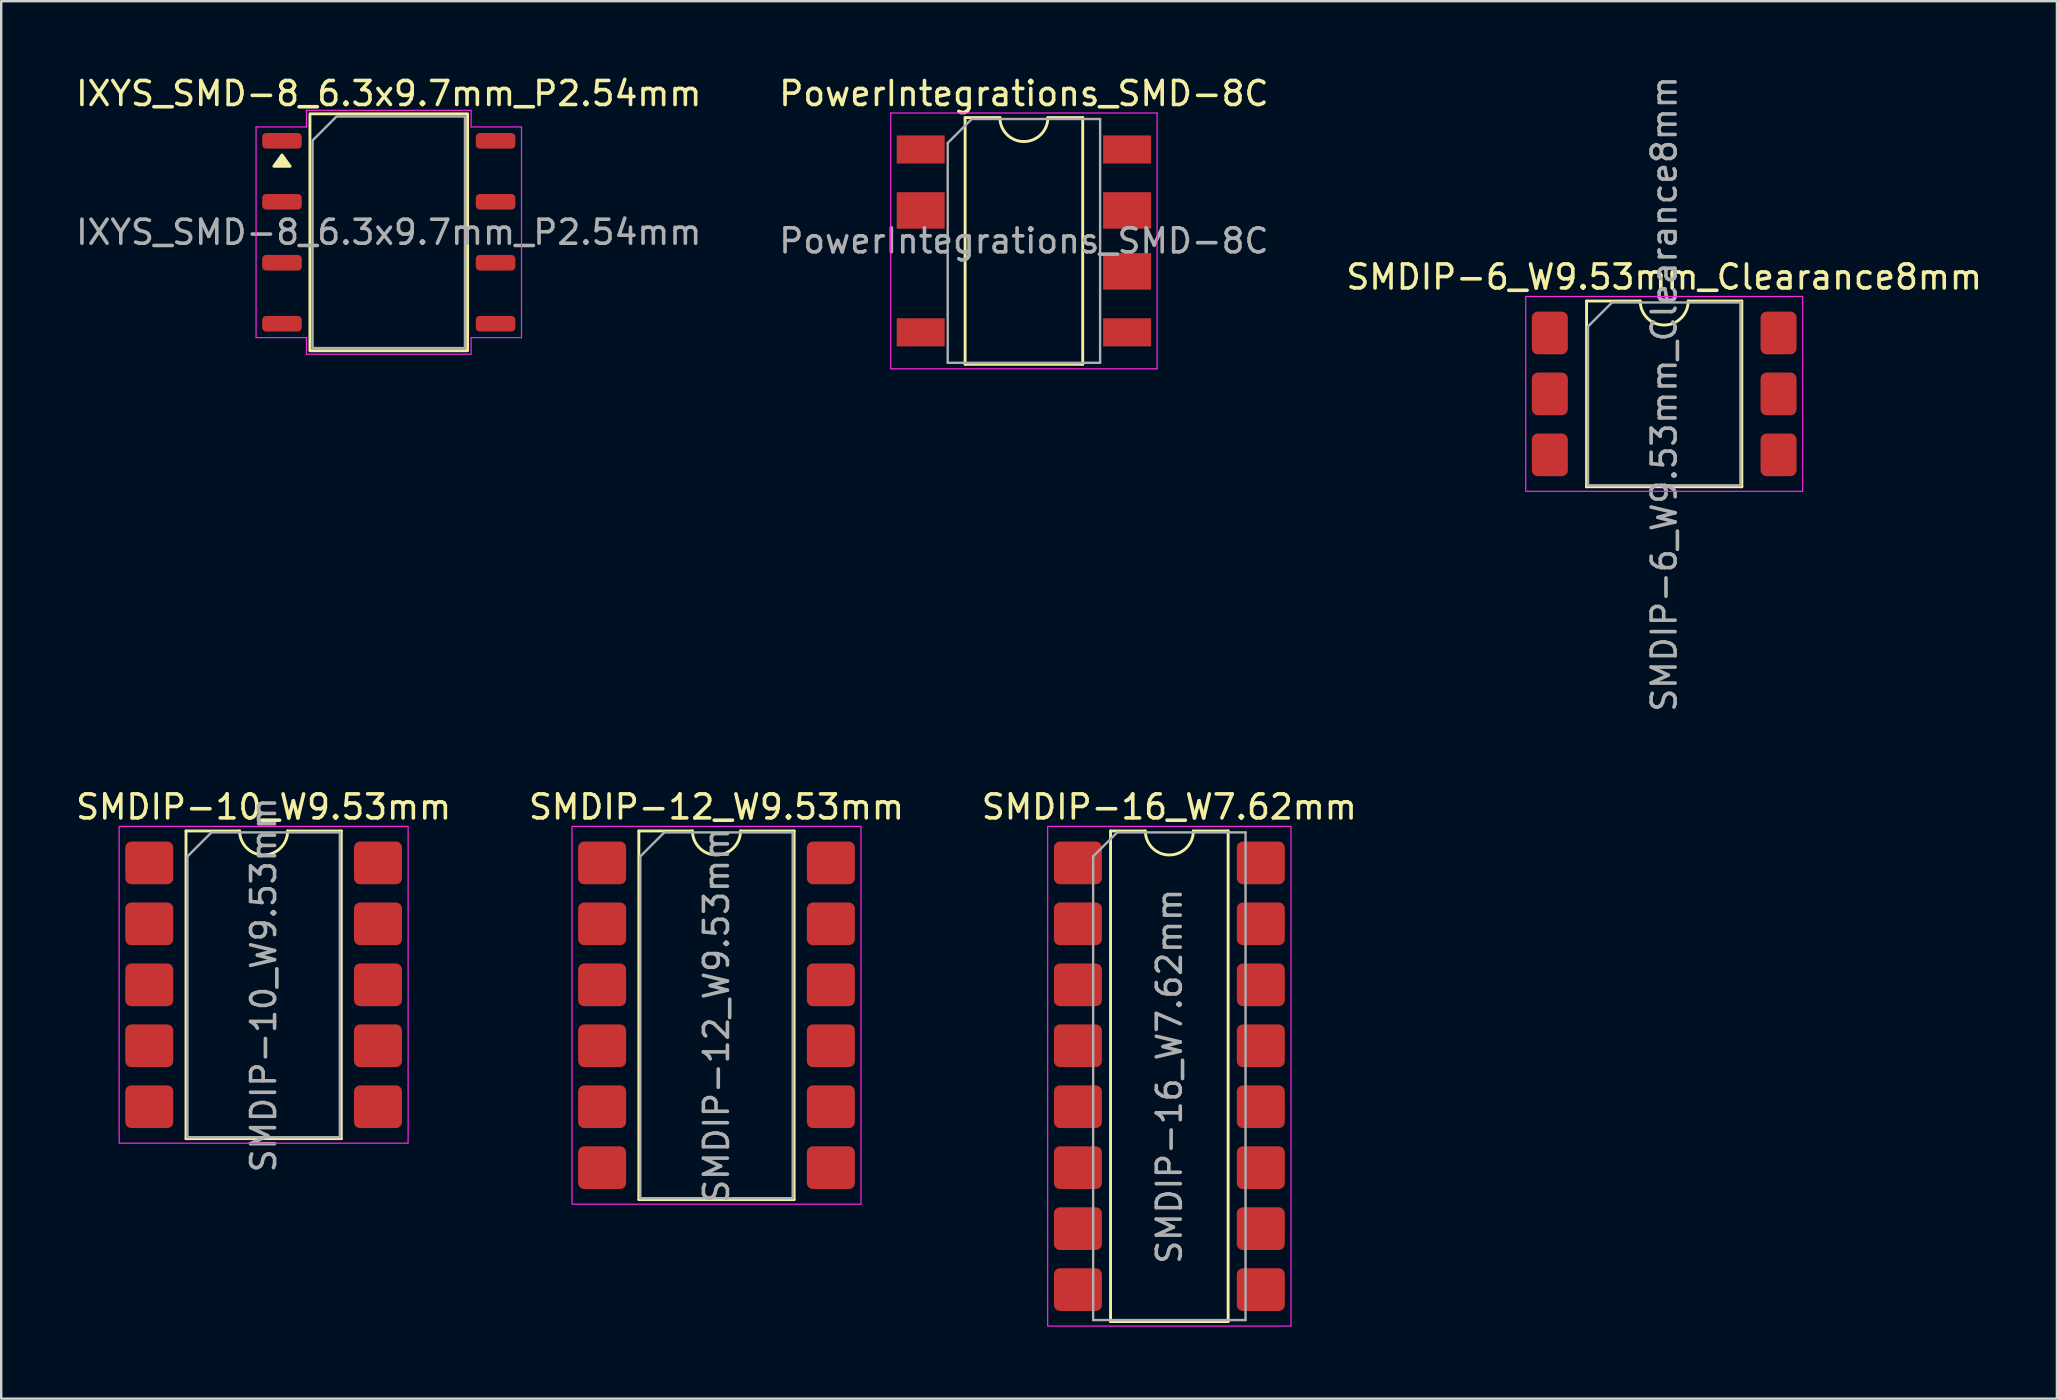
<source format=kicad_pcb>
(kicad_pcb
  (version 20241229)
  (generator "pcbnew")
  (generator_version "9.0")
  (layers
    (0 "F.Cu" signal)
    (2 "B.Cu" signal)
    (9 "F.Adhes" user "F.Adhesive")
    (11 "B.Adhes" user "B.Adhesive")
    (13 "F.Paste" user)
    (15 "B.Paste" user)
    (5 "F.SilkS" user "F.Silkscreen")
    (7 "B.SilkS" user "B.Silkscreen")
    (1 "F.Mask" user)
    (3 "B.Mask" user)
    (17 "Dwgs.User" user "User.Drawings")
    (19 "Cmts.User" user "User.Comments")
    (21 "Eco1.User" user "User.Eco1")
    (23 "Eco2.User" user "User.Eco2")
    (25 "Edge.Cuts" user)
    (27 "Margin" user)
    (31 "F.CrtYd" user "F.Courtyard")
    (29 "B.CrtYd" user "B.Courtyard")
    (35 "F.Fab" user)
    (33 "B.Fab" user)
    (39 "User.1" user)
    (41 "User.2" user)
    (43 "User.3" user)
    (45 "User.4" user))
  (footprint "SMDIP-12_W9.53mm"
    (layer "F.Cu")
    (at 26.804 39.254)
    (property "Reference" "SMDIP-12_W9.53mm" (at 0 -8.68 0) (layer "F.SilkS") (effects (font (size 1 1) (thickness 0.15))))
    (attr smd)
    (fp_line (start -3.235 -7.68) (end -3.235 7.68) (stroke (width 0.12) (type solid)) (layer "F.SilkS"))
    (fp_line (start -3.235 7.68) (end 3.235 7.68) (stroke (width 0.12) (type solid)) (layer "F.SilkS"))
    (fp_line (start -1 -7.68) (end -3.235 -7.68) (stroke (width 0.12) (type solid)) (layer "F.SilkS"))
    (fp_line (start 3.235 -7.68) (end 1 -7.68) (stroke (width 0.12) (type solid)) (layer "F.SilkS"))
    (fp_line (start 3.235 7.68) (end 3.235 -7.68) (stroke (width 0.12) (type solid)) (layer "F.SilkS"))
    (fp_arc (start 1 -7.68) (mid 0 -6.68) (end -1 -7.68) (stroke (width 0.12) (type solid)) (layer "F.SilkS"))
    (fp_rect (start -6.02 -7.87) (end 6.02 7.87) (stroke (width 0.05) (type solid)) (fill no) (layer "F.CrtYd"))
    (fp_line (start -3.175 -6.62) (end -2.175 -7.62) (stroke (width 0.1) (type solid)) (layer "F.Fab"))
    (fp_line (start -3.175 7.62) (end -3.175 -6.62) (stroke (width 0.1) (type solid)) (layer "F.Fab"))
    (fp_line (start -2.175 -7.62) (end 3.175 -7.62) (stroke (width 0.1) (type solid)) (layer "F.Fab"))
    (fp_line (start 3.175 -7.62) (end 3.175 7.62) (stroke (width 0.1) (type solid)) (layer "F.Fab"))
    (fp_line (start 3.175 7.62) (end -3.175 7.62) (stroke (width 0.1) (type solid)) (layer "F.Fab"))
    (fp_text user "${REFERENCE}" (at 0 0 90) (layer "F.Fab") (effects (font (size 1 1) (thickness 0.15))))
    (pad "1" smd roundrect (at -4.765 -6.35) (size 2 1.78) (layers "F.Cu" "F.Mask" "F.Paste") (roundrect_rratio 0.14))
    (pad "2" smd roundrect (at -4.765 -3.81) (size 2 1.78) (layers "F.Cu" "F.Mask" "F.Paste") (roundrect_rratio 0.14))
    (pad "3" smd roundrect (at -4.765 -1.27) (size 2 1.78) (layers "F.Cu" "F.Mask" "F.Paste") (roundrect_rratio 0.14))
    (pad "4" smd roundrect (at -4.765 1.27) (size 2 1.78) (layers "F.Cu" "F.Mask" "F.Paste") (roundrect_rratio 0.14))
    (pad "5" smd roundrect (at -4.765 3.81) (size 2 1.78) (layers "F.Cu" "F.Mask" "F.Paste") (roundrect_rratio 0.14))
    (pad "6" smd roundrect (at -4.765 6.35) (size 2 1.78) (layers "F.Cu" "F.Mask" "F.Paste") (roundrect_rratio 0.14))
    (pad "7" smd roundrect (at 4.765 6.35) (size 2 1.78) (layers "F.Cu" "F.Mask" "F.Paste") (roundrect_rratio 0.14))
    (pad "8" smd roundrect (at 4.765 3.81) (size 2 1.78) (layers "F.Cu" "F.Mask" "F.Paste") (roundrect_rratio 0.14))
    (pad "9" smd roundrect (at 4.765 1.27) (size 2 1.78) (layers "F.Cu" "F.Mask" "F.Paste") (roundrect_rratio 0.14))
    (pad "10" smd roundrect (at 4.765 -1.27) (size 2 1.78) (layers "F.Cu" "F.Mask" "F.Paste") (roundrect_rratio 0.14))
    (pad "11" smd roundrect (at 4.765 -3.81) (size 2 1.78) (layers "F.Cu" "F.Mask" "F.Paste") (roundrect_rratio 0.14))
    (pad "12" smd roundrect (at 4.765 -6.35) (size 2 1.78) (layers "F.Cu" "F.Mask" "F.Paste") (roundrect_rratio 0.14)))
  (footprint "SMDIP-16_W7.62mm"
    (layer "F.Cu")
    (at 45.673 41.794)
    (property "Reference" "SMDIP-16_W7.62mm" (at 0 -11.22 0) (layer "F.SilkS") (effects (font (size 1 1) (thickness 0.15))))
    (attr smd)
    (fp_line (start -2.45 -10.22) (end -2.45 10.22) (stroke (width 0.12) (type solid)) (layer "F.SilkS"))
    (fp_line (start -2.45 10.22) (end 2.45 10.22) (stroke (width 0.12) (type solid)) (layer "F.SilkS"))
    (fp_line (start -1 -10.22) (end -2.45 -10.22) (stroke (width 0.12) (type solid)) (layer "F.SilkS"))
    (fp_line (start 2.45 -10.22) (end 1 -10.22) (stroke (width 0.12) (type solid)) (layer "F.SilkS"))
    (fp_line (start 2.45 10.22) (end 2.45 -10.22) (stroke (width 0.12) (type solid)) (layer "F.SilkS"))
    (fp_arc (start 1 -10.22) (mid 0 -9.22) (end -1 -10.22) (stroke (width 0.12) (type solid)) (layer "F.SilkS"))
    (fp_rect (start -5.07 -10.41) (end 5.07 10.41) (stroke (width 0.05) (type solid)) (fill no) (layer "F.CrtYd"))
    (fp_line (start -3.175 -9.16) (end -2.175 -10.16) (stroke (width 0.1) (type solid)) (layer "F.Fab"))
    (fp_line (start -3.175 10.16) (end -3.175 -9.16) (stroke (width 0.1) (type solid)) (layer "F.Fab"))
    (fp_line (start -2.175 -10.16) (end 3.175 -10.16) (stroke (width 0.1) (type solid)) (layer "F.Fab"))
    (fp_line (start 3.175 -10.16) (end 3.175 10.16) (stroke (width 0.1) (type solid)) (layer "F.Fab"))
    (fp_line (start 3.175 10.16) (end -3.175 10.16) (stroke (width 0.1) (type solid)) (layer "F.Fab"))
    (fp_text user "${REFERENCE}" (at 0 0 90) (layer "F.Fab") (effects (font (size 1 1) (thickness 0.15))))
    (pad "1" smd roundrect (at -3.81 -8.89) (size 2 1.78) (layers "F.Cu" "F.Mask" "F.Paste") (roundrect_rratio 0.14))
    (pad "2" smd roundrect (at -3.81 -6.35) (size 2 1.78) (layers "F.Cu" "F.Mask" "F.Paste") (roundrect_rratio 0.14))
    (pad "3" smd roundrect (at -3.81 -3.81) (size 2 1.78) (layers "F.Cu" "F.Mask" "F.Paste") (roundrect_rratio 0.14))
    (pad "4" smd roundrect (at -3.81 -1.27) (size 2 1.78) (layers "F.Cu" "F.Mask" "F.Paste") (roundrect_rratio 0.14))
    (pad "5" smd roundrect (at -3.81 1.27) (size 2 1.78) (layers "F.Cu" "F.Mask" "F.Paste") (roundrect_rratio 0.14))
    (pad "6" smd roundrect (at -3.81 3.81) (size 2 1.78) (layers "F.Cu" "F.Mask" "F.Paste") (roundrect_rratio 0.14))
    (pad "7" smd roundrect (at -3.81 6.35) (size 2 1.78) (layers "F.Cu" "F.Mask" "F.Paste") (roundrect_rratio 0.14))
    (pad "8" smd roundrect (at -3.81 8.89) (size 2 1.78) (layers "F.Cu" "F.Mask" "F.Paste") (roundrect_rratio 0.14))
    (pad "9" smd roundrect (at 3.81 8.89) (size 2 1.78) (layers "F.Cu" "F.Mask" "F.Paste") (roundrect_rratio 0.14))
    (pad "10" smd roundrect (at 3.81 6.35) (size 2 1.78) (layers "F.Cu" "F.Mask" "F.Paste") (roundrect_rratio 0.14))
    (pad "11" smd roundrect (at 3.81 3.81) (size 2 1.78) (layers "F.Cu" "F.Mask" "F.Paste") (roundrect_rratio 0.14))
    (pad "12" smd roundrect (at 3.81 1.27) (size 2 1.78) (layers "F.Cu" "F.Mask" "F.Paste") (roundrect_rratio 0.14))
    (pad "13" smd roundrect (at 3.81 -1.27) (size 2 1.78) (layers "F.Cu" "F.Mask" "F.Paste") (roundrect_rratio 0.14))
    (pad "14" smd roundrect (at 3.81 -3.81) (size 2 1.78) (layers "F.Cu" "F.Mask" "F.Paste") (roundrect_rratio 0.14))
    (pad "15" smd roundrect (at 3.81 -6.35) (size 2 1.78) (layers "F.Cu" "F.Mask" "F.Paste") (roundrect_rratio 0.14))
    (pad "16" smd roundrect (at 3.81 -8.89) (size 2 1.78) (layers "F.Cu" "F.Mask" "F.Paste") (roundrect_rratio 0.14)))
  (footprint "SMDIP-6_W9.53mm_Clearance8mm"
    (layer "F.Cu")
    (at 66.292 13.363)
    (property "Reference" "SMDIP-6_W9.53mm_Clearance8mm" (at 0 -4.87 0) (layer "F.SilkS") (effects (font (size 1 1) (thickness 0.15))))
    (attr smd)
    (fp_line (start -3.235 -3.87) (end -3.235 3.87) (stroke (width 0.12) (type solid)) (layer "F.SilkS"))
    (fp_line (start -3.235 3.87) (end 3.235 3.87) (stroke (width 0.12) (type solid)) (layer "F.SilkS"))
    (fp_line (start -1 -3.87) (end -3.235 -3.87) (stroke (width 0.12) (type solid)) (layer "F.SilkS"))
    (fp_line (start 3.235 -3.87) (end 1 -3.87) (stroke (width 0.12) (type solid)) (layer "F.SilkS"))
    (fp_line (start 3.235 3.87) (end 3.235 -3.87) (stroke (width 0.12) (type solid)) (layer "F.SilkS"))
    (fp_arc (start 1 -3.87) (mid 0 -2.87) (end -1 -3.87) (stroke (width 0.12) (type solid)) (layer "F.SilkS"))
    (fp_rect (start -5.77 -4.06) (end 5.77 4.06) (stroke (width 0.05) (type solid)) (fill no) (layer "F.CrtYd"))
    (fp_line (start -3.175 -2.81) (end -2.175 -3.81) (stroke (width 0.1) (type solid)) (layer "F.Fab"))
    (fp_line (start -3.175 3.81) (end -3.175 -2.81) (stroke (width 0.1) (type solid)) (layer "F.Fab"))
    (fp_line (start -2.175 -3.81) (end 3.175 -3.81) (stroke (width 0.1) (type solid)) (layer "F.Fab"))
    (fp_line (start 3.175 -3.81) (end 3.175 3.81) (stroke (width 0.1) (type solid)) (layer "F.Fab"))
    (fp_line (start 3.175 3.81) (end -3.175 3.81) (stroke (width 0.1) (type solid)) (layer "F.Fab"))
    (fp_text user "${REFERENCE}" (at 0 0 90) (layer "F.Fab") (effects (font (size 1 1) (thickness 0.15))))
    (pad "1" smd roundrect (at -4.765 -2.54) (size 1.5 1.78) (layers "F.Cu" "F.Mask" "F.Paste") (roundrect_rratio 0.167))
    (pad "2" smd roundrect (at -4.765 0) (size 1.5 1.78) (layers "F.Cu" "F.Mask" "F.Paste") (roundrect_rratio 0.167))
    (pad "3" smd roundrect (at -4.765 2.54) (size 1.5 1.78) (layers "F.Cu" "F.Mask" "F.Paste") (roundrect_rratio 0.167))
    (pad "4" smd roundrect (at 4.765 2.54) (size 1.5 1.78) (layers "F.Cu" "F.Mask" "F.Paste") (roundrect_rratio 0.167))
    (pad "5" smd roundrect (at 4.765 0) (size 1.5 1.78) (layers "F.Cu" "F.Mask" "F.Paste") (roundrect_rratio 0.167))
    (pad "6" smd roundrect (at 4.765 -2.54) (size 1.5 1.78) (layers "F.Cu" "F.Mask" "F.Paste") (roundrect_rratio 0.167)))
  (footprint "SMDIP-10_W9.53mm"
    (layer "F.Cu")
    (at 7.935 37.984)
    (property "Reference" "SMDIP-10_W9.53mm" (at 0 -7.41 0) (layer "F.SilkS") (effects (font (size 1 1) (thickness 0.15))))
    (attr smd)
    (fp_line (start -3.235 -6.41) (end -3.235 6.41) (stroke (width 0.12) (type solid)) (layer "F.SilkS"))
    (fp_line (start -3.235 6.41) (end 3.235 6.41) (stroke (width 0.12) (type solid)) (layer "F.SilkS"))
    (fp_line (start -1 -6.41) (end -3.235 -6.41) (stroke (width 0.12) (type solid)) (layer "F.SilkS"))
    (fp_line (start 3.235 -6.41) (end 1 -6.41) (stroke (width 0.12) (type solid)) (layer "F.SilkS"))
    (fp_line (start 3.235 6.41) (end 3.235 -6.41) (stroke (width 0.12) (type solid)) (layer "F.SilkS"))
    (fp_arc (start 1 -6.41) (mid 0 -5.41) (end -1 -6.41) (stroke (width 0.12) (type solid)) (layer "F.SilkS"))
    (fp_rect (start -6.02 -6.6) (end 6.02 6.6) (stroke (width 0.05) (type solid)) (fill no) (layer "F.CrtYd"))
    (fp_line (start -3.175 -5.35) (end -2.175 -6.35) (stroke (width 0.1) (type solid)) (layer "F.Fab"))
    (fp_line (start -3.175 6.35) (end -3.175 -5.35) (stroke (width 0.1) (type solid)) (layer "F.Fab"))
    (fp_line (start -2.175 -6.35) (end 3.175 -6.35) (stroke (width 0.1) (type solid)) (layer "F.Fab"))
    (fp_line (start 3.175 -6.35) (end 3.175 6.35) (stroke (width 0.1) (type solid)) (layer "F.Fab"))
    (fp_line (start 3.175 6.35) (end -3.175 6.35) (stroke (width 0.1) (type solid)) (layer "F.Fab"))
    (fp_text user "${REFERENCE}" (at 0 0 90) (layer "F.Fab") (effects (font (size 1 1) (thickness 0.15))))
    (pad "1" smd roundrect (at -4.765 -5.08) (size 2 1.78) (layers "F.Cu" "F.Mask" "F.Paste") (roundrect_rratio 0.14))
    (pad "2" smd roundrect (at -4.765 -2.54) (size 2 1.78) (layers "F.Cu" "F.Mask" "F.Paste") (roundrect_rratio 0.14))
    (pad "3" smd roundrect (at -4.765 0) (size 2 1.78) (layers "F.Cu" "F.Mask" "F.Paste") (roundrect_rratio 0.14))
    (pad "4" smd roundrect (at -4.765 2.54) (size 2 1.78) (layers "F.Cu" "F.Mask" "F.Paste") (roundrect_rratio 0.14))
    (pad "5" smd roundrect (at -4.765 5.08) (size 2 1.78) (layers "F.Cu" "F.Mask" "F.Paste") (roundrect_rratio 0.14))
    (pad "6" smd roundrect (at 4.765 5.08) (size 2 1.78) (layers "F.Cu" "F.Mask" "F.Paste") (roundrect_rratio 0.14))
    (pad "7" smd roundrect (at 4.765 2.54) (size 2 1.78) (layers "F.Cu" "F.Mask" "F.Paste") (roundrect_rratio 0.14))
    (pad "8" smd roundrect (at 4.765 0) (size 2 1.78) (layers "F.Cu" "F.Mask" "F.Paste") (roundrect_rratio 0.14))
    (pad "9" smd roundrect (at 4.765 -2.54) (size 2 1.78) (layers "F.Cu" "F.Mask" "F.Paste") (roundrect_rratio 0.14))
    (pad "10" smd roundrect (at 4.765 -5.08) (size 2 1.78) (layers "F.Cu" "F.Mask" "F.Paste") (roundrect_rratio 0.14)))
  (footprint "PowerIntegrations_SMD-8C"
    (layer "F.Cu")
    (at 39.613 6.988)
    (property "Reference" "PowerIntegrations_SMD-8C" (at 0 -6.14 0) (layer "F.SilkS") (effects (font (size 1 1) (thickness 0.15))))
    (attr smd)
    (fp_line (start -2.45 -5.14) (end -2.45 5.14) (stroke (width 0.12) (type solid)) (layer "F.SilkS"))
    (fp_line (start -2.45 5.14) (end 2.45 5.14) (stroke (width 0.12) (type solid)) (layer "F.SilkS"))
    (fp_line (start -1 -5.14) (end -2.45 -5.14) (stroke (width 0.12) (type solid)) (layer "F.SilkS"))
    (fp_line (start 2.45 -5.14) (end 1 -5.14) (stroke (width 0.12) (type solid)) (layer "F.SilkS"))
    (fp_line (start 2.45 5.14) (end 2.45 -5.14) (stroke (width 0.12) (type solid)) (layer "F.SilkS"))
    (fp_arc (start 1 -5.14) (mid 0 -4.14) (end -1 -5.14) (stroke (width 0.12) (type solid)) (layer "F.SilkS"))
    (fp_line (start -5.55 -5.33) (end -5.55 5.33) (stroke (width 0.05) (type solid)) (layer "F.CrtYd"))
    (fp_line (start -5.55 -5.33) (end 5.55 -5.33) (stroke (width 0.05) (type solid)) (layer "F.CrtYd"))
    (fp_line (start 5.55 5.33) (end -5.55 5.33) (stroke (width 0.05) (type solid)) (layer "F.CrtYd"))
    (fp_line (start 5.55 5.33) (end 5.55 -5.33) (stroke (width 0.05) (type solid)) (layer "F.CrtYd"))
    (fp_line (start -3.175 -4.08) (end -2.175 -5.08) (stroke (width 0.1) (type solid)) (layer "F.Fab"))
    (fp_line (start -3.175 5.08) (end -3.175 -4.08) (stroke (width 0.1) (type solid)) (layer "F.Fab"))
    (fp_line (start -2.175 -5.08) (end 3.175 -5.08) (stroke (width 0.1) (type solid)) (layer "F.Fab"))
    (fp_line (start 3.175 -5.08) (end 3.175 5.08) (stroke (width 0.1) (type solid)) (layer "F.Fab"))
    (fp_line (start 3.175 5.08) (end -3.175 5.08) (stroke (width 0.1) (type solid)) (layer "F.Fab"))
    (fp_text user "${REFERENCE}" (at 0 0 0) (layer "F.Fab") (effects (font (size 1 1) (thickness 0.15))))
    (pad "1" smd rect (at -4.3 -3.81) (size 2 1.17) (layers "F.Cu" "F.Mask" "F.Paste"))
    (pad "2" smd rect (at -4.3 -1.27) (size 2 1.52) (layers "F.Cu" "F.Mask" "F.Paste"))
    (pad "4" smd rect (at -4.3 3.81) (size 2 1.17) (layers "F.Cu" "F.Mask" "F.Paste"))
    (pad "5" smd rect (at 4.3 3.81) (size 2 1.17) (layers "F.Cu" "F.Mask" "F.Paste"))
    (pad "6" smd rect (at 4.3 1.27) (size 2 1.52) (layers "F.Cu" "F.Mask" "F.Paste"))
    (pad "7" smd rect (at 4.3 -1.27) (size 2 1.52) (layers "F.Cu" "F.Mask" "F.Paste"))
    (pad "8" smd rect (at 4.3 -3.81) (size 2 1.17) (layers "F.Cu" "F.Mask" "F.Paste")))
  (footprint "IXYS_SMD-8_6.3x9.7mm_P2.54mm"
    (layer "F.Cu")
    (at 13.149 6.628)
    (property "Reference" "IXYS_SMD-8_6.3x9.7mm_P2.54mm" (at 0 -5.78 0) (layer "F.SilkS") (effects (font (size 1 1) (thickness 0.15))))
    (attr smd)
    (fp_rect (start -3.285 -4.936) (end 3.285 4.936) (stroke (width 0.12) (type solid)) (fill no) (layer "F.SilkS"))
    (fp_poly (pts (xy -4.45 -3.22) (xy -4.11 -2.75) (xy -4.79 -2.75)) (stroke (width 0.12) (type solid)) (fill yes) (layer "F.SilkS"))
    (fp_line (start -5.53 -4.39) (end -3.43 -4.39) (stroke (width 0.05) (type solid)) (layer "F.CrtYd"))
    (fp_line (start -5.53 4.39) (end -5.53 -4.39) (stroke (width 0.05) (type solid)) (layer "F.CrtYd"))
    (fp_line (start -3.43 -5.08) (end 3.43 -5.08) (stroke (width 0.05) (type solid)) (layer "F.CrtYd"))
    (fp_line (start -3.43 -4.39) (end -3.43 -5.08) (stroke (width 0.05) (type solid)) (layer "F.CrtYd"))
    (fp_line (start -3.43 4.39) (end -5.53 4.39) (stroke (width 0.05) (type solid)) (layer "F.CrtYd"))
    (fp_line (start -3.43 5.08) (end -3.43 4.39) (stroke (width 0.05) (type solid)) (layer "F.CrtYd"))
    (fp_line (start 3.43 -5.08) (end 3.43 -4.39) (stroke (width 0.05) (type solid)) (layer "F.CrtYd"))
    (fp_line (start 3.43 -4.39) (end 5.53 -4.39) (stroke (width 0.05) (type solid)) (layer "F.CrtYd"))
    (fp_line (start 3.43 4.39) (end 3.43 5.08) (stroke (width 0.05) (type solid)) (layer "F.CrtYd"))
    (fp_line (start 3.43 5.08) (end -3.43 5.08) (stroke (width 0.05) (type solid)) (layer "F.CrtYd"))
    (fp_line (start 5.53 -4.39) (end 5.53 4.39) (stroke (width 0.05) (type solid)) (layer "F.CrtYd"))
    (fp_line (start 5.53 4.39) (end 3.43 4.39) (stroke (width 0.05) (type solid)) (layer "F.CrtYd"))
    (fp_poly (pts (xy -3.175 -3.826) (xy -3.175 4.826) (xy 3.175 4.826) (xy 3.175 -4.826) (xy -2.175 -4.826)) (stroke (width 0.1) (type solid)) (fill no) (layer "F.Fab"))
    (fp_text user "${REFERENCE}" (at 0 0 0) (layer "F.Fab") (effects (font (size 1 1) (thickness 0.15))))
    (pad "1" smd roundrect (at -4.45 -3.81) (size 1.65 0.65) (layers "F.Cu" "F.Mask" "F.Paste") (roundrect_rratio 0.25))
    (pad "2" smd roundrect (at -4.45 -1.27) (size 1.65 0.65) (layers "F.Cu" "F.Mask" "F.Paste") (roundrect_rratio 0.25))
    (pad "3" smd roundrect (at -4.45 1.27) (size 1.65 0.65) (layers "F.Cu" "F.Mask" "F.Paste") (roundrect_rratio 0.25))
    (pad "4" smd roundrect (at -4.45 3.81) (size 1.65 0.65) (layers "F.Cu" "F.Mask" "F.Paste") (roundrect_rratio 0.25))
    (pad "5" smd roundrect (at 4.45 3.81) (size 1.65 0.65) (layers "F.Cu" "F.Mask" "F.Paste") (roundrect_rratio 0.25))
    (pad "6" smd roundrect (at 4.45 1.27) (size 1.65 0.65) (layers "F.Cu" "F.Mask" "F.Paste") (roundrect_rratio 0.25))
    (pad "7" smd roundrect (at 4.45 -1.27) (size 1.65 0.65) (layers "F.Cu" "F.Mask" "F.Paste") (roundrect_rratio 0.25))
    (pad "8" smd roundrect (at 4.45 -3.81) (size 1.65 0.65) (layers "F.Cu" "F.Mask" "F.Paste") (roundrect_rratio 0.25)))
  (gr_rect
    (start -3 -3)
    (end 82.655 55.229)
    (stroke (width 0.1) (type default))
    (fill no)
    (layer "Edge.Cuts")))
</source>
